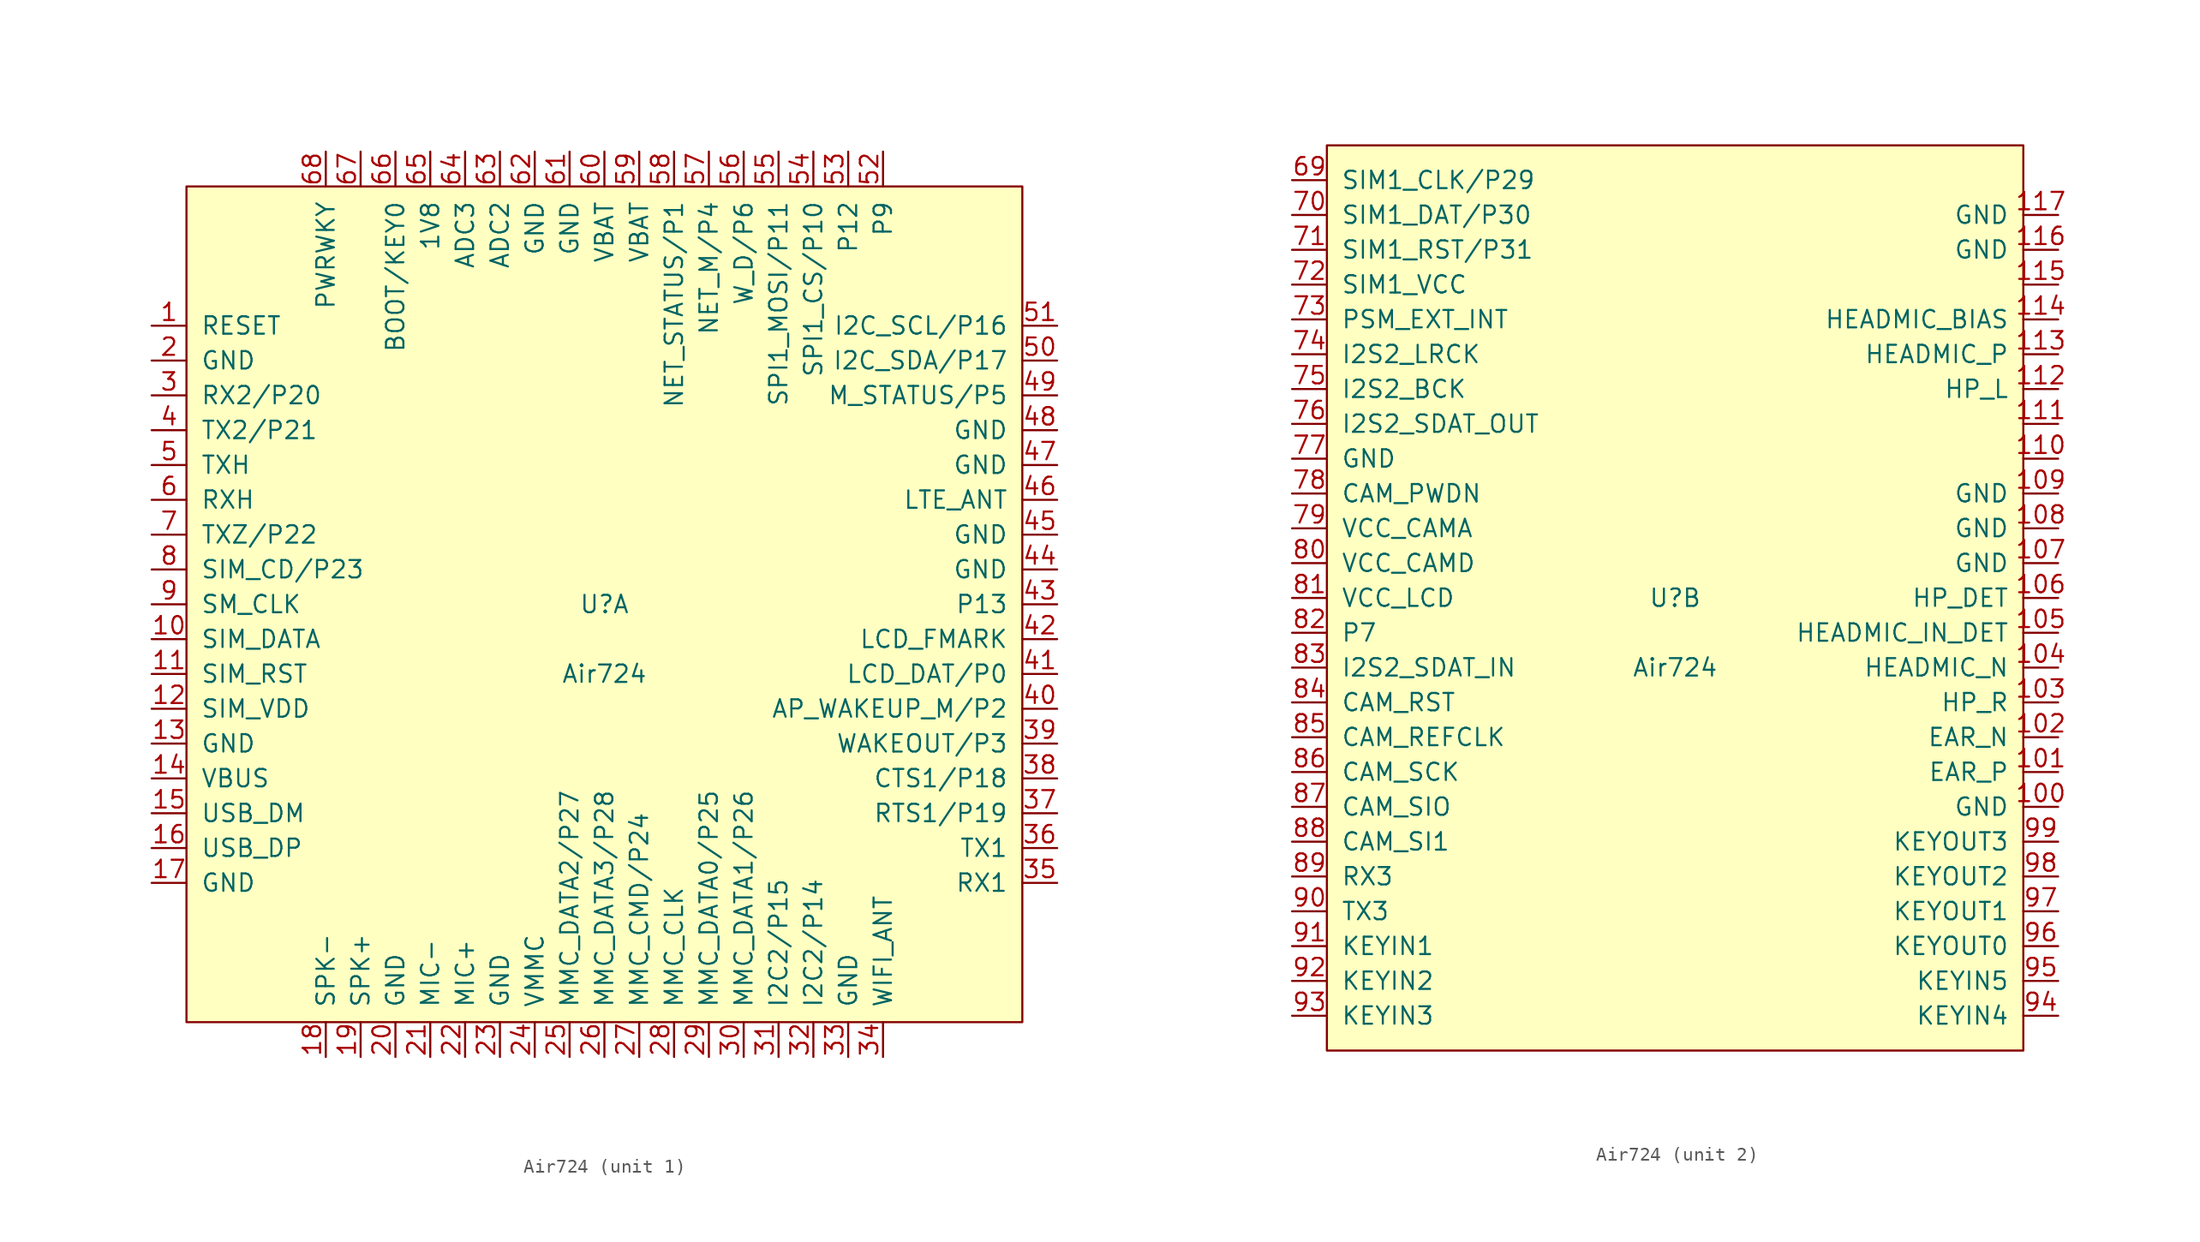
<source format=kicad_sym>
(kicad_symbol_lib
  (version 20241209)
  (generator "kicad_symbol_editor")
  (generator_version "9.0")
  (symbol "Air724"
    (pin_names
      (offset 1.016))
    (property "Reference" "U"
      (at 0 0 0)
      (effects (font (size 1.27 1.27))))
    (property "Value" "Air724"
      (at 0 -5.08 0)
      (effects (font (size 1.27 1.27))))
    (property "ki_locked" ""
      (at 0 0 0)
      (effects (font (size 1.27 1.27))))
    (symbol "Air724_1_1"
      (rectangle (start -30.48 30.48) (end 30.48 -30.48) (stroke (width 0) (type default)) (fill (type background)))
      (pin input line (at -33.02 20.32 0) (length 2.54) (name "RESET" (effects (font (size 1.27 1.27)))) (number "1" (effects (font (size 1.27 1.27)))))
      (pin power_in line (at -33.02 17.78 0) (length 2.54) (name "GND" (effects (font (size 1.27 1.27)))) (number "2" (effects (font (size 1.27 1.27)))))
      (pin bidirectional line (at -33.02 15.24 0) (length 2.54) (name "RX2/P20" (effects (font (size 1.27 1.27)))) (number "3" (effects (font (size 1.27 1.27)))))
      (pin bidirectional line (at -33.02 12.7 0) (length 2.54) (name "TX2/P21" (effects (font (size 1.27 1.27)))) (number "4" (effects (font (size 1.27 1.27)))))
      (pin bidirectional line (at -33.02 10.16 0) (length 2.54) (name "TXH" (effects (font (size 1.27 1.27)))) (number "5" (effects (font (size 1.27 1.27)))))
      (pin bidirectional line (at -33.02 7.62 0) (length 2.54) (name "RXH" (effects (font (size 1.27 1.27)))) (number "6" (effects (font (size 1.27 1.27)))))
      (pin bidirectional line (at -33.02 5.08 0) (length 2.54) (name "TXZ/P22" (effects (font (size 1.27 1.27)))) (number "7" (effects (font (size 1.27 1.27)))))
      (pin input line (at -33.02 2.54 0) (length 2.54) (name "SIM_CD/P23" (effects (font (size 1.27 1.27)))) (number "8" (effects (font (size 1.27 1.27)))))
      (pin output line (at -33.02 0 0) (length 2.54) (name "SM_CLK" (effects (font (size 1.27 1.27)))) (number "9" (effects (font (size 1.27 1.27)))))
      (pin input line (at -33.02 -2.54 0) (length 2.54) (name "SIM_DATA" (effects (font (size 1.27 1.27)))) (number "10" (effects (font (size 1.27 1.27)))))
      (pin output line (at -33.02 -5.08 0) (length 2.54) (name "SIM_RST" (effects (font (size 1.27 1.27)))) (number "11" (effects (font (size 1.27 1.27)))))
      (pin power_out line (at -33.02 -7.62 0) (length 2.54) (name "SIM_VDD" (effects (font (size 1.27 1.27)))) (number "12" (effects (font (size 1.27 1.27)))))
      (pin power_in line (at -33.02 -10.16 0) (length 2.54) (name "GND" (effects (font (size 1.27 1.27)))) (number "13" (effects (font (size 1.27 1.27)))))
      (pin power_in line (at -33.02 -12.7 0) (length 2.54) (name "VBUS" (effects (font (size 1.27 1.27)))) (number "14" (effects (font (size 1.27 1.27)))))
      (pin bidirectional line (at -33.02 -15.24 0) (length 2.54) (name "USB_DM" (effects (font (size 1.27 1.27)))) (number "15" (effects (font (size 1.27 1.27)))))
      (pin bidirectional line (at -33.02 -17.78 0) (length 2.54) (name "USB_DP" (effects (font (size 1.27 1.27)))) (number "16" (effects (font (size 1.27 1.27)))))
      (pin input line (at -33.02 -20.32 0) (length 2.54) (name "GND" (effects (font (size 1.27 1.27)))) (number "17" (effects (font (size 1.27 1.27)))))
      (pin input line (at -20.32 33.02 270) (length 2.54) (name "PWRWKY" (effects (font (size 1.27 1.27)))) (number "68" (effects (font (size 1.27 1.27)))))
      (pin output line (at -20.32 -33.02 90) (length 2.54) (name "SPK-" (effects (font (size 1.27 1.27)))) (number "18" (effects (font (size 1.27 1.27)))))
      (pin input line (at -17.78 33.02 270) (length 2.54) (name "~" (effects (font (size 1.27 1.27)))) (number "67" (effects (font (size 1.27 1.27)))))
      (pin output line (at -17.78 -33.02 90) (length 2.54) (name "SPK+" (effects (font (size 1.27 1.27)))) (number "19" (effects (font (size 1.27 1.27)))))
      (pin input line (at -15.24 33.02 270) (length 2.54) (name "BOOT/KEY0" (effects (font (size 1.27 1.27)))) (number "66" (effects (font (size 1.27 1.27)))))
      (pin power_in line (at -15.24 -33.02 90) (length 2.54) (name "GND" (effects (font (size 1.27 1.27)))) (number "20" (effects (font (size 1.27 1.27)))))
      (pin power_out line (at -12.7 33.02 270) (length 2.54) (name "1V8" (effects (font (size 1.27 1.27)))) (number "65" (effects (font (size 1.27 1.27)))))
      (pin bidirectional line (at -12.7 -33.02 90) (length 2.54) (name "MIC-" (effects (font (size 1.27 1.27)))) (number "21" (effects (font (size 1.27 1.27)))))
      (pin input line (at -10.16 33.02 270) (length 2.54) (name "ADC3" (effects (font (size 1.27 1.27)))) (number "64" (effects (font (size 1.27 1.27)))))
      (pin bidirectional line (at -10.16 -33.02 90) (length 2.54) (name "MIC+" (effects (font (size 1.27 1.27)))) (number "22" (effects (font (size 1.27 1.27)))))
      (pin input line (at -7.62 33.02 270) (length 2.54) (name "ADC2" (effects (font (size 1.27 1.27)))) (number "63" (effects (font (size 1.27 1.27)))))
      (pin power_in line (at -7.62 -33.02 90) (length 2.54) (name "GND" (effects (font (size 1.27 1.27)))) (number "23" (effects (font (size 1.27 1.27)))))
      (pin input line (at -5.08 33.02 270) (length 2.54) (name "GND" (effects (font (size 1.27 1.27)))) (number "62" (effects (font (size 1.27 1.27)))))
      (pin power_out line (at -5.08 -33.02 90) (length 2.54) (name "VMMC" (effects (font (size 1.27 1.27)))) (number "24" (effects (font (size 1.27 1.27)))))
      (pin input line (at -2.54 33.02 270) (length 2.54) (name "GND" (effects (font (size 1.27 1.27)))) (number "61" (effects (font (size 1.27 1.27)))))
      (pin bidirectional line (at -2.54 -33.02 90) (length 2.54) (name "MMC_DATA2/P27" (effects (font (size 1.27 1.27)))) (number "25" (effects (font (size 1.27 1.27)))))
      (pin power_in line (at 0 33.02 270) (length 2.54) (name "VBAT" (effects (font (size 1.27 1.27)))) (number "60" (effects (font (size 1.27 1.27)))))
      (pin bidirectional line (at 0 -33.02 90) (length 2.54) (name "MMC_DATA3/P28" (effects (font (size 1.27 1.27)))) (number "26" (effects (font (size 1.27 1.27)))))
      (pin power_in line (at 2.54 33.02 270) (length 2.54) (name "VBAT" (effects (font (size 1.27 1.27)))) (number "59" (effects (font (size 1.27 1.27)))))
      (pin bidirectional line (at 2.54 -33.02 90) (length 2.54) (name "MMC_CMD/P24" (effects (font (size 1.27 1.27)))) (number "27" (effects (font (size 1.27 1.27)))))
      (pin output line (at 5.08 33.02 270) (length 2.54) (name "NET_STATUS/P1" (effects (font (size 1.27 1.27)))) (number "58" (effects (font (size 1.27 1.27)))))
      (pin bidirectional line (at 5.08 -33.02 90) (length 2.54) (name "MMC_CLK" (effects (font (size 1.27 1.27)))) (number "28" (effects (font (size 1.27 1.27)))))
      (pin bidirectional line (at 7.62 33.02 270) (length 2.54) (name "NET_M/P4" (effects (font (size 1.27 1.27)))) (number "57" (effects (font (size 1.27 1.27)))))
      (pin bidirectional line (at 7.62 -33.02 90) (length 2.54) (name "MMC_DATA0/P25" (effects (font (size 1.27 1.27)))) (number "29" (effects (font (size 1.27 1.27)))))
      (pin bidirectional line (at 10.16 33.02 270) (length 2.54) (name "W_D/P6" (effects (font (size 1.27 1.27)))) (number "56" (effects (font (size 1.27 1.27)))))
      (pin bidirectional line (at 10.16 -33.02 90) (length 2.54) (name "MMC_DATA1/P26" (effects (font (size 1.27 1.27)))) (number "30" (effects (font (size 1.27 1.27)))))
      (pin bidirectional line (at 12.7 33.02 270) (length 2.54) (name "SPI1_MOSI/P11" (effects (font (size 1.27 1.27)))) (number "55" (effects (font (size 1.27 1.27)))))
      (pin bidirectional line (at 12.7 -33.02 90) (length 2.54) (name "I2C2/P15" (effects (font (size 1.27 1.27)))) (number "31" (effects (font (size 1.27 1.27)))))
      (pin bidirectional line (at 15.24 33.02 270) (length 2.54) (name "SPI1_CS/P10" (effects (font (size 1.27 1.27)))) (number "54" (effects (font (size 1.27 1.27)))))
      (pin bidirectional line (at 15.24 -33.02 90) (length 2.54) (name "I2C2/P14" (effects (font (size 1.27 1.27)))) (number "32" (effects (font (size 1.27 1.27)))))
      (pin bidirectional line (at 17.78 33.02 270) (length 2.54) (name "P12" (effects (font (size 1.27 1.27)))) (number "53" (effects (font (size 1.27 1.27)))))
      (pin power_in line (at 17.78 -33.02 90) (length 2.54) (name "GND" (effects (font (size 1.27 1.27)))) (number "33" (effects (font (size 1.27 1.27)))))
      (pin bidirectional line (at 20.32 33.02 270) (length 2.54) (name "P9" (effects (font (size 1.27 1.27)))) (number "52" (effects (font (size 1.27 1.27)))))
      (pin passive line (at 20.32 -33.02 90) (length 2.54) (name "WIFI_ANT" (effects (font (size 1.27 1.27)))) (number "34" (effects (font (size 1.27 1.27)))))
      (pin bidirectional line (at 33.02 20.32 180) (length 2.54) (name "I2C_SCL/P16" (effects (font (size 1.27 1.27)))) (number "51" (effects (font (size 1.27 1.27)))))
      (pin bidirectional line (at 33.02 17.78 180) (length 2.54) (name "I2C_SDA/P17" (effects (font (size 1.27 1.27)))) (number "50" (effects (font (size 1.27 1.27)))))
      (pin output line (at 33.02 15.24 180) (length 2.54) (name "M_STATUS/P5" (effects (font (size 1.27 1.27)))) (number "49" (effects (font (size 1.27 1.27)))))
      (pin power_in line (at 33.02 12.7 180) (length 2.54) (name "GND" (effects (font (size 1.27 1.27)))) (number "48" (effects (font (size 1.27 1.27)))))
      (pin power_in line (at 33.02 10.16 180) (length 2.54) (name "GND" (effects (font (size 1.27 1.27)))) (number "47" (effects (font (size 1.27 1.27)))))
      (pin passive line (at 33.02 7.62 180) (length 2.54) (name "LTE_ANT" (effects (font (size 1.27 1.27)))) (number "46" (effects (font (size 1.27 1.27)))))
      (pin power_in line (at 33.02 5.08 180) (length 2.54) (name "GND" (effects (font (size 1.27 1.27)))) (number "45" (effects (font (size 1.27 1.27)))))
      (pin power_in line (at 33.02 2.54 180) (length 2.54) (name "GND" (effects (font (size 1.27 1.27)))) (number "44" (effects (font (size 1.27 1.27)))))
      (pin bidirectional line (at 33.02 0 180) (length 2.54) (name "P13" (effects (font (size 1.27 1.27)))) (number "43" (effects (font (size 1.27 1.27)))))
      (pin bidirectional line (at 33.02 -2.54 180) (length 2.54) (name "LCD_FMARK" (effects (font (size 1.27 1.27)))) (number "42" (effects (font (size 1.27 1.27)))))
      (pin bidirectional line (at 33.02 -5.08 180) (length 2.54) (name "LCD_DAT/P0" (effects (font (size 1.27 1.27)))) (number "41" (effects (font (size 1.27 1.27)))))
      (pin bidirectional line (at 33.02 -7.62 180) (length 2.54) (name "AP_WAKEUP_M/P2" (effects (font (size 1.27 1.27)))) (number "40" (effects (font (size 1.27 1.27)))))
      (pin bidirectional line (at 33.02 -10.16 180) (length 2.54) (name "WAKEOUT/P3" (effects (font (size 1.27 1.27)))) (number "39" (effects (font (size 1.27 1.27)))))
      (pin bidirectional line (at 33.02 -12.7 180) (length 2.54) (name "CTS1/P18" (effects (font (size 1.27 1.27)))) (number "38" (effects (font (size 1.27 1.27)))))
      (pin bidirectional line (at 33.02 -15.24 180) (length 2.54) (name "RTS1/P19" (effects (font (size 1.27 1.27)))) (number "37" (effects (font (size 1.27 1.27)))))
      (pin bidirectional line (at 33.02 -17.78 180) (length 2.54) (name "TX1" (effects (font (size 1.27 1.27)))) (number "36" (effects (font (size 1.27 1.27)))))
      (pin bidirectional line (at 33.02 -20.32 180) (length 2.54) (name "RX1" (effects (font (size 1.27 1.27)))) (number "35" (effects (font (size 1.27 1.27))))))
    (symbol "Air724_2_1"
      (rectangle (start -25.4 33.02) (end 25.4 -33.02) (stroke (width 0) (type default)) (fill (type background)))
      (pin bidirectional line (at -27.94 30.48 0) (length 2.54) (name "SIM1_CLK/P29" (effects (font (size 1.27 1.27)))) (number "69" (effects (font (size 1.27 1.27)))))
      (pin bidirectional line (at -27.94 27.94 0) (length 2.54) (name "SIM1_DAT/P30" (effects (font (size 1.27 1.27)))) (number "70" (effects (font (size 1.27 1.27)))))
      (pin bidirectional line (at -27.94 25.4 0) (length 2.54) (name "SIM1_RST/P31" (effects (font (size 1.27 1.27)))) (number "71" (effects (font (size 1.27 1.27)))))
      (pin power_out line (at -27.94 22.86 0) (length 2.54) (name "SIM1_VCC" (effects (font (size 1.27 1.27)))) (number "72" (effects (font (size 1.27 1.27)))))
      (pin bidirectional line (at -27.94 20.32 0) (length 2.54) (name "PSM_EXT_INT" (effects (font (size 1.27 1.27)))) (number "73" (effects (font (size 1.27 1.27)))))
      (pin bidirectional line (at -27.94 17.78 0) (length 2.54) (name "I2S2_LRCK" (effects (font (size 1.27 1.27)))) (number "74" (effects (font (size 1.27 1.27)))))
      (pin bidirectional line (at -27.94 15.24 0) (length 2.54) (name "I2S2_BCK" (effects (font (size 1.27 1.27)))) (number "75" (effects (font (size 1.27 1.27)))))
      (pin bidirectional line (at -27.94 12.7 0) (length 2.54) (name "I2S2_SDAT_OUT" (effects (font (size 1.27 1.27)))) (number "76" (effects (font (size 1.27 1.27)))))
      (pin power_in line (at -27.94 10.16 0) (length 2.54) (name "GND" (effects (font (size 1.27 1.27)))) (number "77" (effects (font (size 1.27 1.27)))))
      (pin input line (at -27.94 7.62 0) (length 2.54) (name "CAM_PWDN" (effects (font (size 1.27 1.27)))) (number "78" (effects (font (size 1.27 1.27)))))
      (pin power_out line (at -27.94 5.08 0) (length 2.54) (name "VCC_CAMA" (effects (font (size 1.27 1.27)))) (number "79" (effects (font (size 1.27 1.27)))))
      (pin power_out line (at -27.94 2.54 0) (length 2.54) (name "VCC_CAMD" (effects (font (size 1.27 1.27)))) (number "80" (effects (font (size 1.27 1.27)))))
      (pin power_out line (at -27.94 0 0) (length 2.54) (name "VCC_LCD" (effects (font (size 1.27 1.27)))) (number "81" (effects (font (size 1.27 1.27)))))
      (pin bidirectional line (at -27.94 -2.54 0) (length 2.54) (name "P7" (effects (font (size 1.27 1.27)))) (number "82" (effects (font (size 1.27 1.27)))))
      (pin bidirectional line (at -27.94 -5.08 0) (length 2.54) (name "I2S2_SDAT_IN" (effects (font (size 1.27 1.27)))) (number "83" (effects (font (size 1.27 1.27)))))
      (pin bidirectional line (at -27.94 -7.62 0) (length 2.54) (name "CAM_RST" (effects (font (size 1.27 1.27)))) (number "84" (effects (font (size 1.27 1.27)))))
      (pin bidirectional line (at -27.94 -10.16 0) (length 2.54) (name "CAM_REFCLK" (effects (font (size 1.27 1.27)))) (number "85" (effects (font (size 1.27 1.27)))))
      (pin bidirectional line (at -27.94 -12.7 0) (length 2.54) (name "CAM_SCK" (effects (font (size 1.27 1.27)))) (number "86" (effects (font (size 1.27 1.27)))))
      (pin bidirectional line (at -27.94 -15.24 0) (length 2.54) (name "CAM_SIO" (effects (font (size 1.27 1.27)))) (number "87" (effects (font (size 1.27 1.27)))))
      (pin bidirectional line (at -27.94 -17.78 0) (length 2.54) (name "CAM_SI1" (effects (font (size 1.27 1.27)))) (number "88" (effects (font (size 1.27 1.27)))))
      (pin bidirectional line (at -27.94 -20.32 0) (length 2.54) (name "RX3" (effects (font (size 1.27 1.27)))) (number "89" (effects (font (size 1.27 1.27)))))
      (pin bidirectional line (at -27.94 -22.86 0) (length 2.54) (name "TX3" (effects (font (size 1.27 1.27)))) (number "90" (effects (font (size 1.27 1.27)))))
      (pin bidirectional line (at -27.94 -25.4 0) (length 2.54) (name "KEYIN1" (effects (font (size 1.27 1.27)))) (number "91" (effects (font (size 1.27 1.27)))))
      (pin bidirectional line (at -27.94 -27.94 0) (length 2.54) (name "KEYIN2" (effects (font (size 1.27 1.27)))) (number "92" (effects (font (size 1.27 1.27)))))
      (pin bidirectional line (at -27.94 -30.48 0) (length 2.54) (name "KEYIN3" (effects (font (size 1.27 1.27)))) (number "93" (effects (font (size 1.27 1.27)))))
      (pin power_in line (at 27.94 27.94 180) (length 2.54) (name "GND" (effects (font (size 1.27 1.27)))) (number "117" (effects (font (size 1.27 1.27)))))
      (pin power_in line (at 27.94 25.4 180) (length 2.54) (name "GND" (effects (font (size 1.27 1.27)))) (number "116" (effects (font (size 1.27 1.27)))))
      (pin bidirectional line (at 27.94 22.86 180) (length 2.54) (name "~" (effects (font (size 1.27 1.27)))) (number "115" (effects (font (size 1.27 1.27)))))
      (pin bidirectional line (at 27.94 20.32 180) (length 2.54) (name "HEADMIC_BIAS" (effects (font (size 1.27 1.27)))) (number "114" (effects (font (size 1.27 1.27)))))
      (pin bidirectional line (at 27.94 17.78 180) (length 2.54) (name "HEADMIC_P" (effects (font (size 1.27 1.27)))) (number "113" (effects (font (size 1.27 1.27)))))
      (pin bidirectional line (at 27.94 15.24 180) (length 2.54) (name "HP_L" (effects (font (size 1.27 1.27)))) (number "112" (effects (font (size 1.27 1.27)))))
      (pin bidirectional line (at 27.94 12.7 180) (length 2.54) (name "~" (effects (font (size 1.27 1.27)))) (number "111" (effects (font (size 1.27 1.27)))))
      (pin bidirectional line (at 27.94 10.16 180) (length 2.54) (name "~" (effects (font (size 1.27 1.27)))) (number "110" (effects (font (size 1.27 1.27)))))
      (pin power_in line (at 27.94 7.62 180) (length 2.54) (name "GND" (effects (font (size 1.27 1.27)))) (number "109" (effects (font (size 1.27 1.27)))))
      (pin power_in line (at 27.94 5.08 180) (length 2.54) (name "GND" (effects (font (size 1.27 1.27)))) (number "108" (effects (font (size 1.27 1.27)))))
      (pin power_in line (at 27.94 2.54 180) (length 2.54) (name "GND" (effects (font (size 1.27 1.27)))) (number "107" (effects (font (size 1.27 1.27)))))
      (pin bidirectional line (at 27.94 0 180) (length 2.54) (name "HP_DET" (effects (font (size 1.27 1.27)))) (number "106" (effects (font (size 1.27 1.27)))))
      (pin bidirectional line (at 27.94 -2.54 180) (length 2.54) (name "HEADMIC_IN_DET" (effects (font (size 1.27 1.27)))) (number "105" (effects (font (size 1.27 1.27)))))
      (pin bidirectional line (at 27.94 -5.08 180) (length 2.54) (name "HEADMIC_N" (effects (font (size 1.27 1.27)))) (number "104" (effects (font (size 1.27 1.27)))))
      (pin bidirectional line (at 27.94 -7.62 180) (length 2.54) (name "HP_R" (effects (font (size 1.27 1.27)))) (number "103" (effects (font (size 1.27 1.27)))))
      (pin bidirectional line (at 27.94 -10.16 180) (length 2.54) (name "EAR_N" (effects (font (size 1.27 1.27)))) (number "102" (effects (font (size 1.27 1.27)))))
      (pin bidirectional line (at 27.94 -12.7 180) (length 2.54) (name "EAR_P" (effects (font (size 1.27 1.27)))) (number "101" (effects (font (size 1.27 1.27)))))
      (pin power_in line (at 27.94 -15.24 180) (length 2.54) (name "GND" (effects (font (size 1.27 1.27)))) (number "100" (effects (font (size 1.27 1.27)))))
      (pin bidirectional line (at 27.94 -17.78 180) (length 2.54) (name "KEYOUT3" (effects (font (size 1.27 1.27)))) (number "99" (effects (font (size 1.27 1.27)))))
      (pin bidirectional line (at 27.94 -20.32 180) (length 2.54) (name "KEYOUT2" (effects (font (size 1.27 1.27)))) (number "98" (effects (font (size 1.27 1.27)))))
      (pin bidirectional line (at 27.94 -22.86 180) (length 2.54) (name "KEYOUT1" (effects (font (size 1.27 1.27)))) (number "97" (effects (font (size 1.27 1.27)))))
      (pin bidirectional line (at 27.94 -25.4 180) (length 2.54) (name "KEYOUT0" (effects (font (size 1.27 1.27)))) (number "96" (effects (font (size 1.27 1.27)))))
      (pin bidirectional line (at 27.94 -27.94 180) (length 2.54) (name "KEYIN5" (effects (font (size 1.27 1.27)))) (number "95" (effects (font (size 1.27 1.27)))))
      (pin bidirectional line (at 27.94 -30.48 180) (length 2.54) (name "KEYIN4" (effects (font (size 1.27 1.27)))) (number "94" (effects (font (size 1.27 1.27))))))))
</source>
